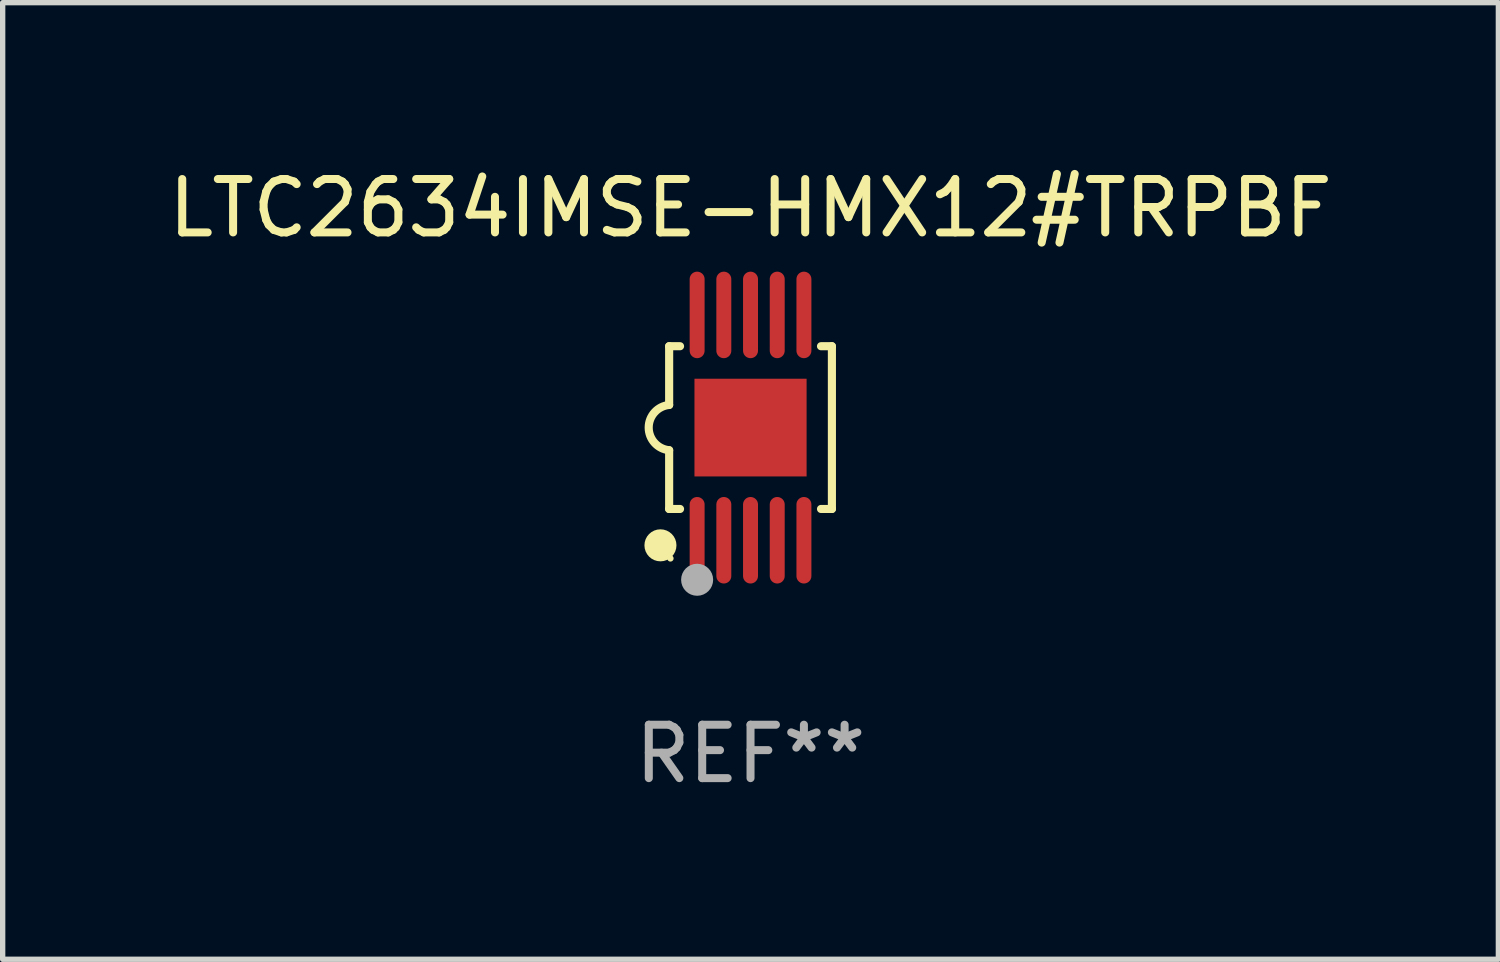
<source format=kicad_pcb>
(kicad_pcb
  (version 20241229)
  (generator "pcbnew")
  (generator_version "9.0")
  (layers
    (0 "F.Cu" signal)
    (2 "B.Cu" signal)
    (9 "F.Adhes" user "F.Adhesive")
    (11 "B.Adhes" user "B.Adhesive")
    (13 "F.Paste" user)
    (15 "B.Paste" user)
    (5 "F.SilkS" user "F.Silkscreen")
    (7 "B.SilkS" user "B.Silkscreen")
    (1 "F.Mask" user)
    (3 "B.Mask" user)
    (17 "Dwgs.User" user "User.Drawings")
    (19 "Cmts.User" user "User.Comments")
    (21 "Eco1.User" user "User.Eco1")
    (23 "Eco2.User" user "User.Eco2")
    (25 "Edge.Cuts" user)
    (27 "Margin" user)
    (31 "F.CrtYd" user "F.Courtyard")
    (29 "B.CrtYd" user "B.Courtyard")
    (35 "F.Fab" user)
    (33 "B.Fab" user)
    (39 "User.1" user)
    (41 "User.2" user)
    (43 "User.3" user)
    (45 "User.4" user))
  (footprint "LTC2634IMSE-HMX12#TRPBF"
    (layer "F.Cu")
    (at 11.006 4.958)
    (property "Reference" "LTC2634IMSE-HMX12#TRPBF" (at 0 -4.11 0) (layer "F.SilkS") (effects (font (size 1 1) (thickness 0.15))))
    (attr through_hole)
    (fp_line (start -1.524 -1.524) (end -1.524 -0.424) (stroke (width 0.152) (type solid)) (layer "F.SilkS"))
    (fp_line (start -1.524 1.524) (end -1.524 0.424) (stroke (width 0.152) (type solid)) (layer "F.SilkS"))
    (fp_line (start -1.524 1.524) (end -1.32 1.524) (stroke (width 0.152) (type solid)) (layer "F.SilkS"))
    (fp_line (start -1.32 -1.524) (end -1.524 -1.524) (stroke (width 0.152) (type solid)) (layer "F.SilkS"))
    (fp_line (start 1.32 1.524) (end 1.524 1.524) (stroke (width 0.152) (type solid)) (layer "F.SilkS"))
    (fp_line (start 1.524 -1.524) (end 1.32 -1.524) (stroke (width 0.152) (type solid)) (layer "F.SilkS"))
    (fp_line (start 1.524 1.524) (end 1.524 -1.524) (stroke (width 0.152) (type solid)) (layer "F.SilkS"))
    (fp_arc (start -1.524003 0.424003) (mid -1.906663 -0.000089) (end -1.524004 -0.424181) (stroke (width 0.151994) (type solid)) (layer "F.SilkS"))
    (fp_circle (center -1.687 2.205) (end -1.537 2.205) (stroke (width 0.3) (type solid)) (fill no) (layer "F.SilkS"))
    (fp_circle (center -1.5 2.45) (end -1.47 2.45) (stroke (width 0.06) (type solid)) (fill no) (layer "F.SilkS"))
    (fp_circle (center -1 2.85) (end -0.85 2.85) (stroke (width 0.3) (type solid)) (fill no) (layer "F.Fab"))
    (fp_text user "REF**" (at 0 6.11 0) (layer "F.Fab") (effects (font (size 1 1) (thickness 0.15))))
    (pad "1" smd oval (at -1 2.11) (size 0.28 1.62) (layers "F.Cu" "F.Mask" "F.Paste"))
    (pad "2" smd oval (at -0.5 2.11) (size 0.28 1.62) (layers "F.Cu" "F.Mask" "F.Paste"))
    (pad "3" smd oval (at 0 2.11) (size 0.28 1.62) (layers "F.Cu" "F.Mask" "F.Paste"))
    (pad "4" smd oval (at 0.5 2.11) (size 0.28 1.62) (layers "F.Cu" "F.Mask" "F.Paste"))
    (pad "5" smd oval (at 1 2.11) (size 0.28 1.62) (layers "F.Cu" "F.Mask" "F.Paste"))
    (pad "6" smd oval (at 1 -2.11) (size 0.28 1.62) (layers "F.Cu" "F.Mask" "F.Paste"))
    (pad "7" smd oval (at 0.5 -2.11) (size 0.28 1.62) (layers "F.Cu" "F.Mask" "F.Paste"))
    (pad "8" smd oval (at 0 -2.11) (size 0.28 1.62) (layers "F.Cu" "F.Mask" "F.Paste"))
    (pad "9" smd oval (at -0.5 -2.11) (size 0.28 1.62) (layers "F.Cu" "F.Mask" "F.Paste"))
    (pad "10" smd oval (at -1 -2.11) (size 0.28 1.62) (layers "F.Cu" "F.Mask" "F.Paste"))
    (pad "11" smd rect (at 0 0) (size 2.1 1.83) (layers "F.Cu" "F.Mask" "F.Paste")))
  (gr_rect
    (start -3 -3)
    (end 25.012 14.916)
    (stroke (width 0.1) (type default))
    (fill no)
    (layer "Edge.Cuts")))
</source>
